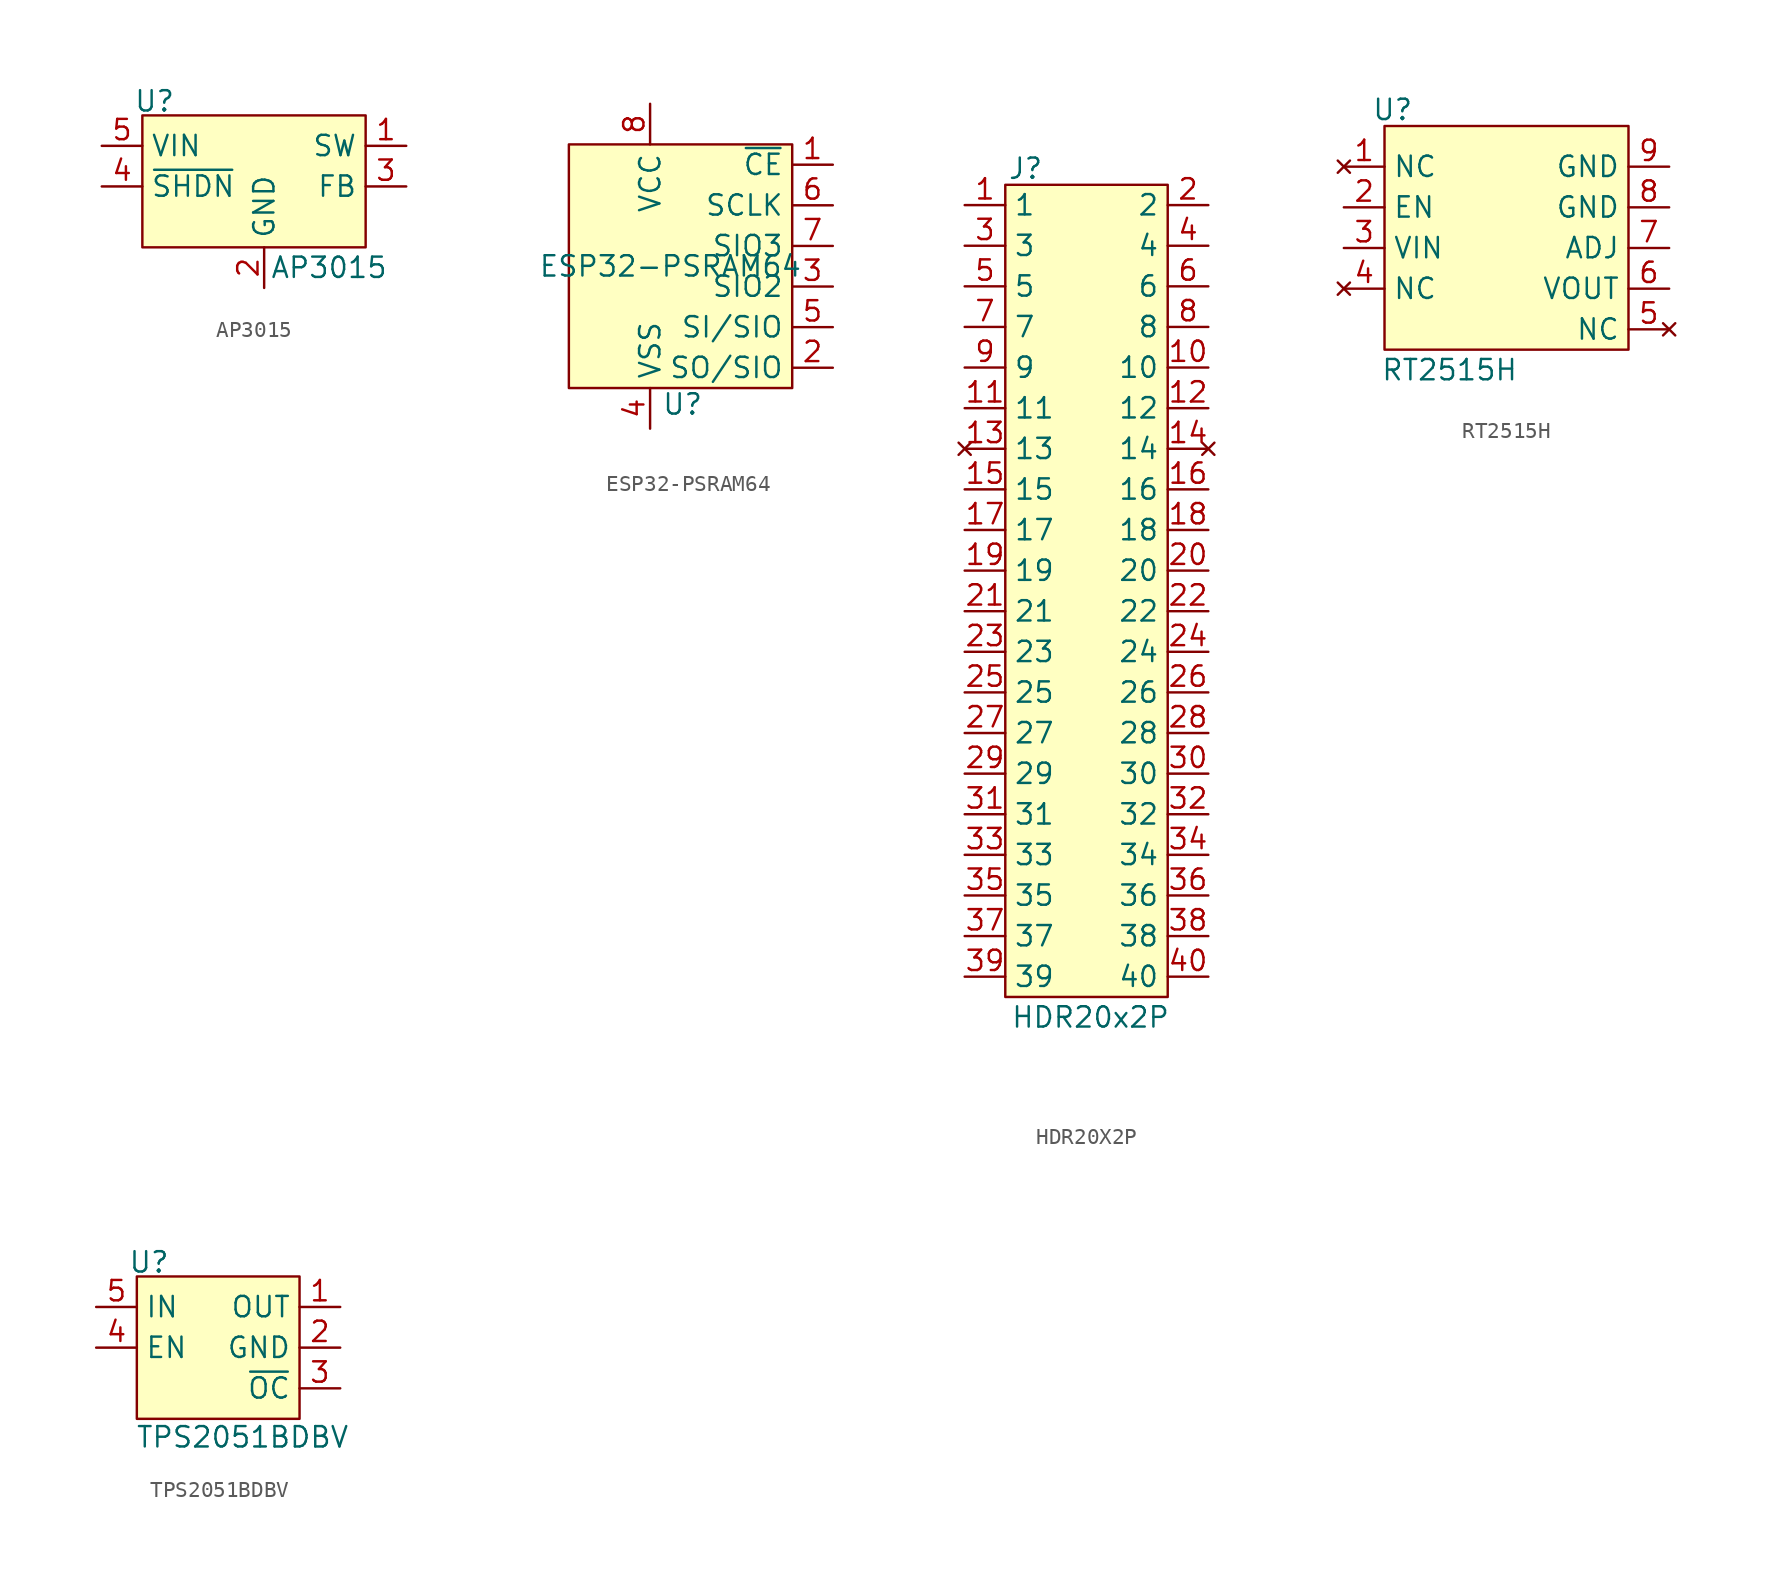
<source format=kicad_sym>
(kicad_symbol_lib
  (version 20241209)
  (generator "kicad_symbol_editor")
  (generator_version "9.0")
  (symbol "AP3015"
    (property "Reference" "U"
      (at 0.762 -2.286 0)
      (effects (font (size 1.27 1.27))))
    (property "Value" "AP3015"
      (at 11.684 -12.7 0)
      (effects (font (size 1.27 1.27))))
    (symbol "AP3015_1_1"
      (rectangle (start 0 -3.175) (end 13.97 -11.43) (stroke (width 0) (type solid)) (fill (type background)))
      (pin power_in line (at -2.54 -5.08 0) (length 2.54) (name "VIN" (effects (font (size 1.27 1.27)))) (number "5" (effects (font (size 1.27 1.27)))))
      (pin passive line (at -2.54 -7.62 0) (length 2.54) (name "~{SHDN}" (effects (font (size 1.27 1.27)))) (number "4" (effects (font (size 1.27 1.27)))))
      (pin power_in line (at 7.62 -13.97 90) (length 2.54) (name "GND" (effects (font (size 1.27 1.27)))) (number "2" (effects (font (size 1.27 1.27)))))
      (pin passive line (at 16.51 -5.08 180) (length 2.54) (name "SW" (effects (font (size 1.27 1.27)))) (number "1" (effects (font (size 1.27 1.27)))))
      (pin passive line (at 16.51 -7.62 180) (length 2.54) (name "FB" (effects (font (size 1.27 1.27)))) (number "3" (effects (font (size 1.27 1.27)))))))
  (symbol "ESP32-PSRAM64"
    (property "Reference" "U"
      (at 0.762 -8.636 0)
      (effects (font (size 1.27 1.27))))
    (property "Value" "ESP32-PSRAM64"
      (at 0 0 0)
      (effects (font (size 1.27 1.27))))
    (symbol "ESP32-PSRAM64_1_1"
      (rectangle (start -6.35 7.62) (end 7.62 -7.62) (stroke (width 0) (type solid)) (fill (type background)))
      (pin power_in line (at -1.27 10.16 270) (length 2.54) (name "VCC" (effects (font (size 1.27 1.27)))) (number "8" (effects (font (size 1.27 1.27)))))
      (pin power_in line (at -1.27 -10.16 90) (length 2.54) (name "VSS" (effects (font (size 1.27 1.27)))) (number "4" (effects (font (size 1.27 1.27)))))
      (pin input line (at 10.16 6.35 180) (length 2.54) (name "~{CE}" (effects (font (size 1.27 1.27)))) (number "1" (effects (font (size 1.27 1.27)))))
      (pin input line (at 10.16 3.81 180) (length 2.54) (name "SCLK" (effects (font (size 1.27 1.27)))) (number "6" (effects (font (size 1.27 1.27)))))
      (pin bidirectional line (at 10.16 1.27 180) (length 2.54) (name "SIO3" (effects (font (size 1.27 1.27)))) (number "7" (effects (font (size 1.27 1.27)))))
      (pin bidirectional line (at 10.16 -1.27 180) (length 2.54) (name "SIO2" (effects (font (size 1.27 1.27)))) (number "3" (effects (font (size 1.27 1.27)))))
      (pin bidirectional line (at 10.16 -3.81 180) (length 2.54) (name "SI/SIO" (effects (font (size 1.27 1.27)))) (number "5" (effects (font (size 1.27 1.27)))))
      (pin bidirectional line (at 10.16 -6.35 180) (length 2.54) (name "SO/SIO" (effects (font (size 1.27 1.27)))) (number "2" (effects (font (size 1.27 1.27)))))))
  (symbol "HDR20X2P"
    (property "Reference" "J"
      (at -3.81 23.876 0)
      (effects (font (size 1.27 1.27))))
    (property "Value" "HDR20x2P"
      (at 0.254 -29.21 0)
      (effects (font (size 1.27 1.27))))
    (symbol "HDR20X2P_1_1"
      (rectangle (start -5.08 22.86) (end 5.08 -27.94) (stroke (width 0) (type solid)) (fill (type background)))
      (pin passive line (at -7.62 21.59 0) (length 2.54) (name "1" (effects (font (size 1.27 1.27)))) (number "1" (effects (font (size 1.27 1.27)))))
      (pin passive line (at -7.62 19.05 0) (length 2.54) (name "3" (effects (font (size 1.27 1.27)))) (number "3" (effects (font (size 1.27 1.27)))))
      (pin passive line (at -7.62 16.51 0) (length 2.54) (name "5" (effects (font (size 1.27 1.27)))) (number "5" (effects (font (size 1.27 1.27)))))
      (pin passive line (at -7.62 13.97 0) (length 2.54) (name "7" (effects (font (size 1.27 1.27)))) (number "7" (effects (font (size 1.27 1.27)))))
      (pin passive line (at -7.62 11.43 0) (length 2.54) (name "9" (effects (font (size 1.27 1.27)))) (number "9" (effects (font (size 1.27 1.27)))))
      (pin passive line (at -7.62 8.89 0) (length 2.54) (name "11" (effects (font (size 1.27 1.27)))) (number "11" (effects (font (size 1.27 1.27)))))
      (pin no_connect line (at -7.62 6.35 0) (length 2.54) (name "13" (effects (font (size 1.27 1.27)))) (number "13" (effects (font (size 1.27 1.27)))))
      (pin passive line (at -7.62 3.81 0) (length 2.54) (name "15" (effects (font (size 1.27 1.27)))) (number "15" (effects (font (size 1.27 1.27)))))
      (pin passive line (at -7.62 1.27 0) (length 2.54) (name "17" (effects (font (size 1.27 1.27)))) (number "17" (effects (font (size 1.27 1.27)))))
      (pin passive line (at -7.62 -1.27 0) (length 2.54) (name "19" (effects (font (size 1.27 1.27)))) (number "19" (effects (font (size 1.27 1.27)))))
      (pin passive line (at -7.62 -3.81 0) (length 2.54) (name "21" (effects (font (size 1.27 1.27)))) (number "21" (effects (font (size 1.27 1.27)))))
      (pin passive line (at -7.62 -6.35 0) (length 2.54) (name "23" (effects (font (size 1.27 1.27)))) (number "23" (effects (font (size 1.27 1.27)))))
      (pin passive line (at -7.62 -8.89 0) (length 2.54) (name "25" (effects (font (size 1.27 1.27)))) (number "25" (effects (font (size 1.27 1.27)))))
      (pin passive line (at -7.62 -11.43 0) (length 2.54) (name "27" (effects (font (size 1.27 1.27)))) (number "27" (effects (font (size 1.27 1.27)))))
      (pin passive line (at -7.62 -13.97 0) (length 2.54) (name "29" (effects (font (size 1.27 1.27)))) (number "29" (effects (font (size 1.27 1.27)))))
      (pin passive line (at -7.62 -16.51 0) (length 2.54) (name "31" (effects (font (size 1.27 1.27)))) (number "31" (effects (font (size 1.27 1.27)))))
      (pin passive line (at -7.62 -19.05 0) (length 2.54) (name "33" (effects (font (size 1.27 1.27)))) (number "33" (effects (font (size 1.27 1.27)))))
      (pin passive line (at -7.62 -21.59 0) (length 2.54) (name "35" (effects (font (size 1.27 1.27)))) (number "35" (effects (font (size 1.27 1.27)))))
      (pin passive line (at -7.62 -24.13 0) (length 2.54) (name "37" (effects (font (size 1.27 1.27)))) (number "37" (effects (font (size 1.27 1.27)))))
      (pin passive line (at -7.62 -26.67 0) (length 2.54) (name "39" (effects (font (size 1.27 1.27)))) (number "39" (effects (font (size 1.27 1.27)))))
      (pin passive line (at 7.62 21.59 180) (length 2.54) (name "2" (effects (font (size 1.27 1.27)))) (number "2" (effects (font (size 1.27 1.27)))))
      (pin passive line (at 7.62 19.05 180) (length 2.54) (name "4" (effects (font (size 1.27 1.27)))) (number "4" (effects (font (size 1.27 1.27)))))
      (pin passive line (at 7.62 16.51 180) (length 2.54) (name "6" (effects (font (size 1.27 1.27)))) (number "6" (effects (font (size 1.27 1.27)))))
      (pin passive line (at 7.62 13.97 180) (length 2.54) (name "8" (effects (font (size 1.27 1.27)))) (number "8" (effects (font (size 1.27 1.27)))))
      (pin passive line (at 7.62 11.43 180) (length 2.54) (name "10" (effects (font (size 1.27 1.27)))) (number "10" (effects (font (size 1.27 1.27)))))
      (pin passive line (at 7.62 8.89 180) (length 2.54) (name "12" (effects (font (size 1.27 1.27)))) (number "12" (effects (font (size 1.27 1.27)))))
      (pin no_connect line (at 7.62 6.35 180) (length 2.54) (name "14" (effects (font (size 1.27 1.27)))) (number "14" (effects (font (size 1.27 1.27)))))
      (pin passive line (at 7.62 3.81 180) (length 2.54) (name "16" (effects (font (size 1.27 1.27)))) (number "16" (effects (font (size 1.27 1.27)))))
      (pin passive line (at 7.62 1.27 180) (length 2.54) (name "18" (effects (font (size 1.27 1.27)))) (number "18" (effects (font (size 1.27 1.27)))))
      (pin passive line (at 7.62 -1.27 180) (length 2.54) (name "20" (effects (font (size 1.27 1.27)))) (number "20" (effects (font (size 1.27 1.27)))))
      (pin passive line (at 7.62 -3.81 180) (length 2.54) (name "22" (effects (font (size 1.27 1.27)))) (number "22" (effects (font (size 1.27 1.27)))))
      (pin passive line (at 7.62 -6.35 180) (length 2.54) (name "24" (effects (font (size 1.27 1.27)))) (number "24" (effects (font (size 1.27 1.27)))))
      (pin passive line (at 7.62 -8.89 180) (length 2.54) (name "26" (effects (font (size 1.27 1.27)))) (number "26" (effects (font (size 1.27 1.27)))))
      (pin passive line (at 7.62 -11.43 180) (length 2.54) (name "28" (effects (font (size 1.27 1.27)))) (number "28" (effects (font (size 1.27 1.27)))))
      (pin passive line (at 7.62 -13.97 180) (length 2.54) (name "30" (effects (font (size 1.27 1.27)))) (number "30" (effects (font (size 1.27 1.27)))))
      (pin passive line (at 7.62 -16.51 180) (length 2.54) (name "32" (effects (font (size 1.27 1.27)))) (number "32" (effects (font (size 1.27 1.27)))))
      (pin passive line (at 7.62 -19.05 180) (length 2.54) (name "34" (effects (font (size 1.27 1.27)))) (number "34" (effects (font (size 1.27 1.27)))))
      (pin passive line (at 7.62 -21.59 180) (length 2.54) (name "36" (effects (font (size 1.27 1.27)))) (number "36" (effects (font (size 1.27 1.27)))))
      (pin passive line (at 7.62 -24.13 180) (length 2.54) (name "38" (effects (font (size 1.27 1.27)))) (number "38" (effects (font (size 1.27 1.27)))))
      (pin passive line (at 7.62 -26.67 180) (length 2.54) (name "40" (effects (font (size 1.27 1.27)))) (number "40" (effects (font (size 1.27 1.27)))))))
  (symbol "RT2515H"
    (property "Reference" "U"
      (at -7.112 7.366 0)
      (effects (font (size 1.27 1.27))))
    (property "Value" "RT2515H"
      (at -3.556 -8.89 0)
      (effects (font (size 1.27 1.27))))
    (symbol "RT2515H_1_1"
      (rectangle (start -7.62 6.35) (end 7.62 -7.62) (stroke (width 0) (type solid)) (fill (type background)))
      (pin no_connect line (at -10.16 3.81 0) (length 2.54) (name "NC" (effects (font (size 1.27 1.27)))) (number "1" (effects (font (size 1.27 1.27)))))
      (pin input line (at -10.16 1.27 0) (length 2.54) (name "EN" (effects (font (size 1.27 1.27)))) (number "2" (effects (font (size 1.27 1.27)))))
      (pin power_in line (at -10.16 -1.27 0) (length 2.54) (name "VIN" (effects (font (size 1.27 1.27)))) (number "3" (effects (font (size 1.27 1.27)))))
      (pin no_connect line (at -10.16 -3.81 0) (length 2.54) (name "NC" (effects (font (size 1.27 1.27)))) (number "4" (effects (font (size 1.27 1.27)))))
      (pin power_in line (at 10.16 3.81 180) (length 2.54) (name "GND" (effects (font (size 1.27 1.27)))) (number "9" (effects (font (size 1.27 1.27)))))
      (pin power_in line (at 10.16 1.27 180) (length 2.54) (name "GND" (effects (font (size 1.27 1.27)))) (number "8" (effects (font (size 1.27 1.27)))))
      (pin passive line (at 10.16 -1.27 180) (length 2.54) (name "ADJ" (effects (font (size 1.27 1.27)))) (number "7" (effects (font (size 1.27 1.27)))))
      (pin power_out line (at 10.16 -3.81 180) (length 2.54) (name "VOUT" (effects (font (size 1.27 1.27)))) (number "6" (effects (font (size 1.27 1.27)))))
      (pin no_connect line (at 10.16 -6.35 180) (length 2.54) (name "NC" (effects (font (size 1.27 1.27)))) (number "5" (effects (font (size 1.27 1.27)))))))
  (symbol "TPS2051BDBV"
    (property "Reference" "U"
      (at 0.762 -1.016 0)
      (effects (font (size 1.27 1.27))))
    (property "Value" "TPS2051BDBV"
      (at 6.604 -11.938 0)
      (effects (font (size 1.27 1.27))))
    (symbol "TPS2051BDBV_1_1"
      (rectangle (start 0 -1.905) (end 10.16 -10.795) (stroke (width 0) (type solid)) (fill (type background)))
      (pin power_in line (at -2.54 -3.81 0) (length 2.54) (name "IN" (effects (font (size 1.27 1.27)))) (number "5" (effects (font (size 1.27 1.27)))))
      (pin passive line (at -2.54 -6.35 0) (length 2.54) (name "EN" (effects (font (size 1.27 1.27)))) (number "4" (effects (font (size 1.27 1.27)))))
      (pin passive line (at 12.7 -3.81 180) (length 2.54) (name "OUT" (effects (font (size 1.27 1.27)))) (number "1" (effects (font (size 1.27 1.27)))))
      (pin power_in line (at 12.7 -6.35 180) (length 2.54) (name "GND" (effects (font (size 1.27 1.27)))) (number "2" (effects (font (size 1.27 1.27)))))
      (pin passive line (at 12.7 -8.89 180) (length 2.54) (name "~{OC}" (effects (font (size 1.27 1.27)))) (number "3" (effects (font (size 1.27 1.27))))))))
</source>
